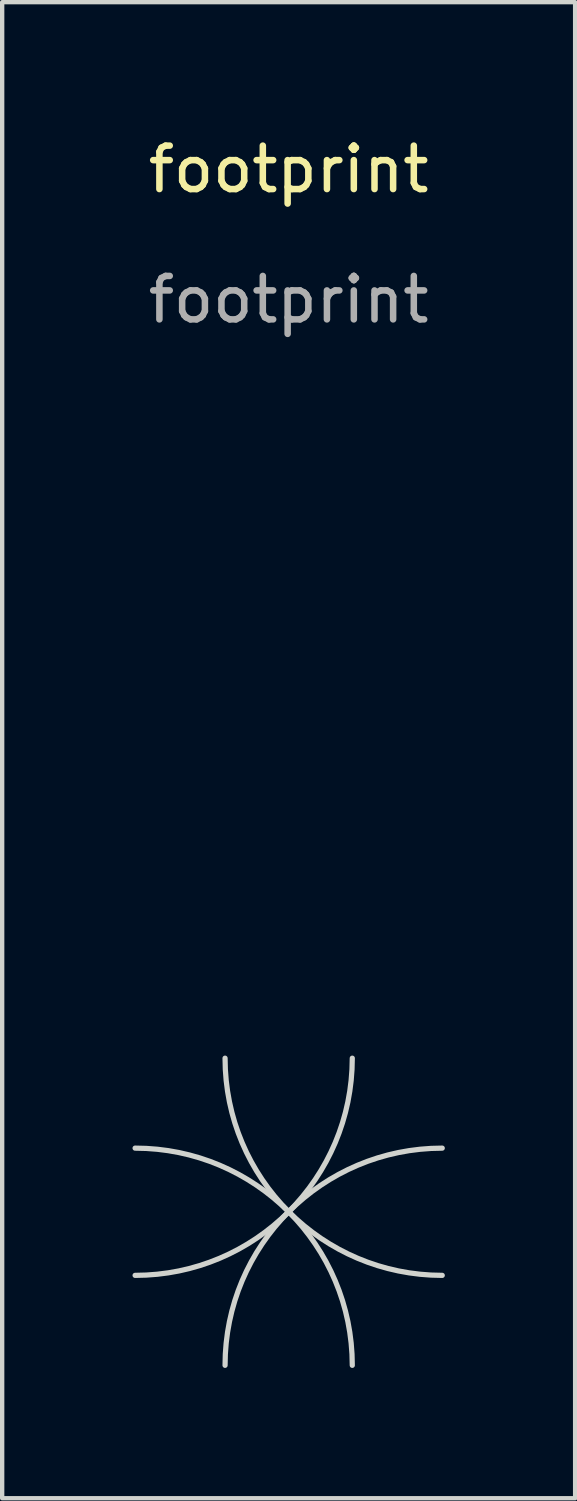
<source format=kicad_pcb>
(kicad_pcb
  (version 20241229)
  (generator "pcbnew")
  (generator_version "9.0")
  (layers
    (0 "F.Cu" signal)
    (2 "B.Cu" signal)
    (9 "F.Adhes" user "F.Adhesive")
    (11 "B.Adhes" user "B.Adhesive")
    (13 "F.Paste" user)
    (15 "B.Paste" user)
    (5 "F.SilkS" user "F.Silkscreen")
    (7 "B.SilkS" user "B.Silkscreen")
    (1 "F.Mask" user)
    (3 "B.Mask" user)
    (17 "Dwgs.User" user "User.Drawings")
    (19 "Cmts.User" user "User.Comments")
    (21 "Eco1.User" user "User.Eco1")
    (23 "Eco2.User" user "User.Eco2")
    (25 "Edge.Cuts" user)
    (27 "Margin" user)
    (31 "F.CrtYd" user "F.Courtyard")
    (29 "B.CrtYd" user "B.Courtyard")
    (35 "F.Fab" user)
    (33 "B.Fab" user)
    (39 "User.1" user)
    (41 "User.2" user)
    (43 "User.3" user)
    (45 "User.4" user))
  (footprint "footprint"
    (layer "F.Cu")
    (at 3.596 24.848)
    (property "Reference" "footprint" (at 0 -24 0) (unlocked yes) (layer "F.SilkS") (effects (font (size 1 1) (thickness 0.15))))
    (fp_arc (start -3.535534 -1.464466) (mid 0 0) (end 1.464466 3.535534) (stroke (width 0.12) (type solid)) (layer "Edge.Cuts"))
    (fp_arc (start -1.464466 3.535534) (mid 0 0) (end 3.535534 -1.464466) (stroke (width 0.12) (type solid)) (layer "Edge.Cuts"))
    (fp_arc (start 1.464466 -3.535534) (mid 0 0) (end -3.535534 1.464466) (stroke (width 0.12) (type solid)) (layer "Edge.Cuts"))
    (fp_arc (start 3.535534 1.464466) (mid 0 0) (end -1.464466 -3.535534) (stroke (width 0.12) (type solid)) (layer "Edge.Cuts"))
    (fp_text user "${REFERENCE}" (at 0 -21 0) (unlocked yes) (layer "F.Fab") (effects (font (size 1 1) (thickness 0.15)))))
  (gr_rect
    (start -3 -3)
    (end 10.191 31.444)
    (stroke (width 0.1) (type default))
    (fill no)
    (layer "Edge.Cuts")))
</source>
